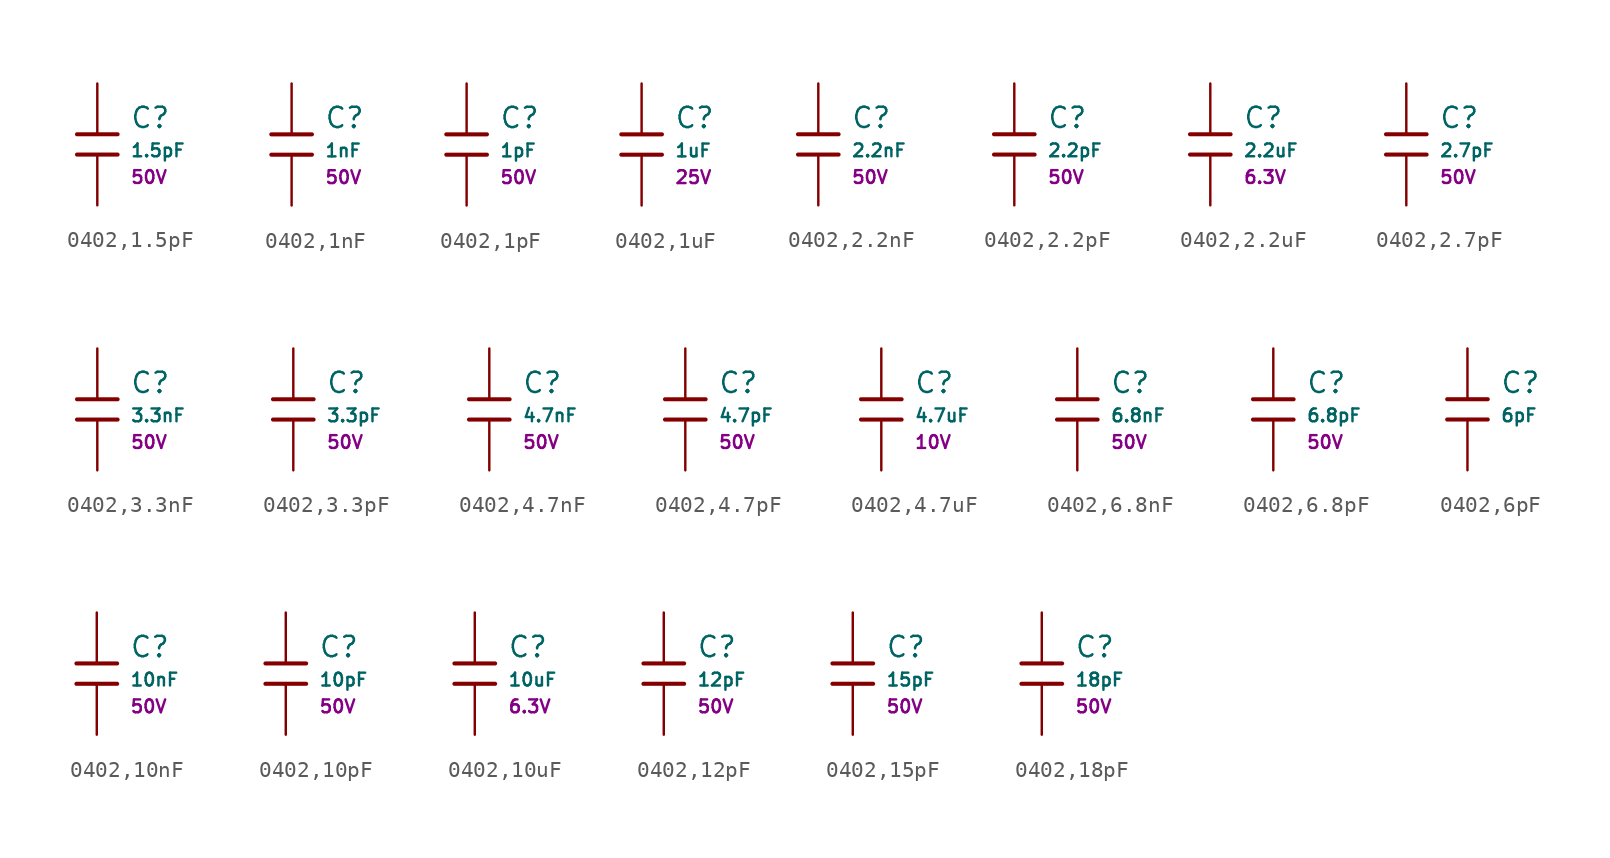
<source format=kicad_sym>
(kicad_symbol_lib
  (version 20231120)
  (generator "CDFER")
  (generator_version "8.0")
  (symbol "0402,1.5pF"
    (pin_numbers hide)
    (pin_names
      (offset 0))
    (property "Reference" "C"
      (at 2.032 1.668 0)
      (effects (font (size 1.27 1.27)) (justify left)))
    (property "Value" "1.5pF"
      (at 2.032 -0.378 0)
      (effects (font (size 0.8 0.8)) (justify left)))
    (property "Voltage Rated" "50V"
      (at 2.032 -2.046 0)
      (effects (font (size 0.8 0.8)) (justify left)))
    (symbol "0402,1.5pF_0_1"
      (polyline (pts (xy -1.27 0.635) (xy 1.27 0.635)) (stroke (width 0.254) (type default)) (fill (type none))))
    (symbol "0402,1.5pF_0_1"
      (polyline (pts (xy -1.27 -0.635) (xy 1.27 -0.635)) (stroke (width 0.254) (type default)) (fill (type none))))
    (symbol "0402,1.5pF_1_1"
      (pin passive line (at 0 3.81 270) (length 3.175) (name "~" (effects (font (size 1.27 1.27)))) (number "1" (effects (font (size 1.27 1.27)))))
      (pin passive line (at 0 -3.81 90) (length 3.175) (name "~" (effects (font (size 1.27 1.27)))) (number "2" (effects (font (size 1.27 1.27)))))))
  (symbol "0402,1nF"
    (pin_numbers hide)
    (pin_names
      (offset 0))
    (property "Reference" "C"
      (at 2.032 1.668 0)
      (effects (font (size 1.27 1.27)) (justify left)))
    (property "Value" "1nF"
      (at 2.032 -0.378 0)
      (effects (font (size 0.8 0.8)) (justify left)))
    (property "Voltage Rated" "50V"
      (at 2.032 -2.046 0)
      (effects (font (size 0.8 0.8)) (justify left)))
    (symbol "0402,1nF_0_1"
      (polyline (pts (xy -1.27 0.635) (xy 1.27 0.635)) (stroke (width 0.254) (type default)) (fill (type none))))
    (symbol "0402,1nF_0_1"
      (polyline (pts (xy -1.27 -0.635) (xy 1.27 -0.635)) (stroke (width 0.254) (type default)) (fill (type none))))
    (symbol "0402,1nF_1_1"
      (pin passive line (at 0 3.81 270) (length 3.175) (name "~" (effects (font (size 1.27 1.27)))) (number "1" (effects (font (size 1.27 1.27)))))
      (pin passive line (at 0 -3.81 90) (length 3.175) (name "~" (effects (font (size 1.27 1.27)))) (number "2" (effects (font (size 1.27 1.27)))))))
  (symbol "0402,1pF"
    (pin_numbers hide)
    (pin_names
      (offset 0))
    (property "Reference" "C"
      (at 2.032 1.668 0)
      (effects (font (size 1.27 1.27)) (justify left)))
    (property "Value" "1pF"
      (at 2.032 -0.378 0)
      (effects (font (size 0.8 0.8)) (justify left)))
    (property "Voltage Rated" "50V"
      (at 2.032 -2.046 0)
      (effects (font (size 0.8 0.8)) (justify left)))
    (symbol "0402,1pF_0_1"
      (polyline (pts (xy -1.27 0.635) (xy 1.27 0.635)) (stroke (width 0.254) (type default)) (fill (type none))))
    (symbol "0402,1pF_0_1"
      (polyline (pts (xy -1.27 -0.635) (xy 1.27 -0.635)) (stroke (width 0.254) (type default)) (fill (type none))))
    (symbol "0402,1pF_1_1"
      (pin passive line (at 0 3.81 270) (length 3.175) (name "~" (effects (font (size 1.27 1.27)))) (number "1" (effects (font (size 1.27 1.27)))))
      (pin passive line (at 0 -3.81 90) (length 3.175) (name "~" (effects (font (size 1.27 1.27)))) (number "2" (effects (font (size 1.27 1.27)))))))
  (symbol "0402,1uF"
    (pin_numbers hide)
    (pin_names
      (offset 0))
    (property "Reference" "C"
      (at 2.032 1.668 0)
      (effects (font (size 1.27 1.27)) (justify left)))
    (property "Value" "1uF"
      (at 2.032 -0.378 0)
      (effects (font (size 0.8 0.8)) (justify left)))
    (property "Voltage Rated" "25V"
      (at 2.032 -2.046 0)
      (effects (font (size 0.8 0.8)) (justify left)))
    (symbol "0402,1uF_0_1"
      (polyline (pts (xy -1.27 0.635) (xy 1.27 0.635)) (stroke (width 0.254) (type default)) (fill (type none))))
    (symbol "0402,1uF_0_1"
      (polyline (pts (xy -1.27 -0.635) (xy 1.27 -0.635)) (stroke (width 0.254) (type default)) (fill (type none))))
    (symbol "0402,1uF_1_1"
      (pin passive line (at 0 3.81 270) (length 3.175) (name "~" (effects (font (size 1.27 1.27)))) (number "1" (effects (font (size 1.27 1.27)))))
      (pin passive line (at 0 -3.81 90) (length 3.175) (name "~" (effects (font (size 1.27 1.27)))) (number "2" (effects (font (size 1.27 1.27)))))))
  (symbol "0402,2.2nF"
    (pin_numbers hide)
    (pin_names
      (offset 0))
    (property "Reference" "C"
      (at 2.032 1.668 0)
      (effects (font (size 1.27 1.27)) (justify left)))
    (property "Value" "2.2nF"
      (at 2.032 -0.378 0)
      (effects (font (size 0.8 0.8)) (justify left)))
    (property "Voltage Rated" "50V"
      (at 2.032 -2.046 0)
      (effects (font (size 0.8 0.8)) (justify left)))
    (symbol "0402,2.2nF_0_1"
      (polyline (pts (xy -1.27 0.635) (xy 1.27 0.635)) (stroke (width 0.254) (type default)) (fill (type none))))
    (symbol "0402,2.2nF_0_1"
      (polyline (pts (xy -1.27 -0.635) (xy 1.27 -0.635)) (stroke (width 0.254) (type default)) (fill (type none))))
    (symbol "0402,2.2nF_1_1"
      (pin passive line (at 0 3.81 270) (length 3.175) (name "~" (effects (font (size 1.27 1.27)))) (number "1" (effects (font (size 1.27 1.27)))))
      (pin passive line (at 0 -3.81 90) (length 3.175) (name "~" (effects (font (size 1.27 1.27)))) (number "2" (effects (font (size 1.27 1.27)))))))
  (symbol "0402,2.2pF"
    (pin_numbers hide)
    (pin_names
      (offset 0))
    (property "Reference" "C"
      (at 2.032 1.668 0)
      (effects (font (size 1.27 1.27)) (justify left)))
    (property "Value" "2.2pF"
      (at 2.032 -0.378 0)
      (effects (font (size 0.8 0.8)) (justify left)))
    (property "Voltage Rated" "50V"
      (at 2.032 -2.046 0)
      (effects (font (size 0.8 0.8)) (justify left)))
    (symbol "0402,2.2pF_0_1"
      (polyline (pts (xy -1.27 0.635) (xy 1.27 0.635)) (stroke (width 0.254) (type default)) (fill (type none))))
    (symbol "0402,2.2pF_0_1"
      (polyline (pts (xy -1.27 -0.635) (xy 1.27 -0.635)) (stroke (width 0.254) (type default)) (fill (type none))))
    (symbol "0402,2.2pF_1_1"
      (pin passive line (at 0 3.81 270) (length 3.175) (name "~" (effects (font (size 1.27 1.27)))) (number "1" (effects (font (size 1.27 1.27)))))
      (pin passive line (at 0 -3.81 90) (length 3.175) (name "~" (effects (font (size 1.27 1.27)))) (number "2" (effects (font (size 1.27 1.27)))))))
  (symbol "0402,2.2uF"
    (pin_numbers hide)
    (pin_names
      (offset 0))
    (property "Reference" "C"
      (at 2.032 1.668 0)
      (effects (font (size 1.27 1.27)) (justify left)))
    (property "Value" "2.2uF"
      (at 2.032 -0.378 0)
      (effects (font (size 0.8 0.8)) (justify left)))
    (property "Voltage Rated" "6.3V"
      (at 2.032 -2.046 0)
      (effects (font (size 0.8 0.8)) (justify left)))
    (symbol "0402,2.2uF_0_1"
      (polyline (pts (xy -1.27 0.635) (xy 1.27 0.635)) (stroke (width 0.254) (type default)) (fill (type none))))
    (symbol "0402,2.2uF_0_1"
      (polyline (pts (xy -1.27 -0.635) (xy 1.27 -0.635)) (stroke (width 0.254) (type default)) (fill (type none))))
    (symbol "0402,2.2uF_1_1"
      (pin passive line (at 0 3.81 270) (length 3.175) (name "~" (effects (font (size 1.27 1.27)))) (number "1" (effects (font (size 1.27 1.27)))))
      (pin passive line (at 0 -3.81 90) (length 3.175) (name "~" (effects (font (size 1.27 1.27)))) (number "2" (effects (font (size 1.27 1.27)))))))
  (symbol "0402,2.7pF"
    (pin_numbers hide)
    (pin_names
      (offset 0))
    (property "Reference" "C"
      (at 2.032 1.668 0)
      (effects (font (size 1.27 1.27)) (justify left)))
    (property "Value" "2.7pF"
      (at 2.032 -0.378 0)
      (effects (font (size 0.8 0.8)) (justify left)))
    (property "Voltage Rated" "50V"
      (at 2.032 -2.046 0)
      (effects (font (size 0.8 0.8)) (justify left)))
    (symbol "0402,2.7pF_0_1"
      (polyline (pts (xy -1.27 0.635) (xy 1.27 0.635)) (stroke (width 0.254) (type default)) (fill (type none))))
    (symbol "0402,2.7pF_0_1"
      (polyline (pts (xy -1.27 -0.635) (xy 1.27 -0.635)) (stroke (width 0.254) (type default)) (fill (type none))))
    (symbol "0402,2.7pF_1_1"
      (pin passive line (at 0 3.81 270) (length 3.175) (name "~" (effects (font (size 1.27 1.27)))) (number "1" (effects (font (size 1.27 1.27)))))
      (pin passive line (at 0 -3.81 90) (length 3.175) (name "~" (effects (font (size 1.27 1.27)))) (number "2" (effects (font (size 1.27 1.27)))))))
  (symbol "0402,3.3nF"
    (pin_numbers hide)
    (pin_names
      (offset 0))
    (property "Reference" "C"
      (at 2.032 1.668 0)
      (effects (font (size 1.27 1.27)) (justify left)))
    (property "Value" "3.3nF"
      (at 2.032 -0.378 0)
      (effects (font (size 0.8 0.8)) (justify left)))
    (property "Voltage Rated" "50V"
      (at 2.032 -2.046 0)
      (effects (font (size 0.8 0.8)) (justify left)))
    (symbol "0402,3.3nF_0_1"
      (polyline (pts (xy -1.27 0.635) (xy 1.27 0.635)) (stroke (width 0.254) (type default)) (fill (type none))))
    (symbol "0402,3.3nF_0_1"
      (polyline (pts (xy -1.27 -0.635) (xy 1.27 -0.635)) (stroke (width 0.254) (type default)) (fill (type none))))
    (symbol "0402,3.3nF_1_1"
      (pin passive line (at 0 3.81 270) (length 3.175) (name "~" (effects (font (size 1.27 1.27)))) (number "1" (effects (font (size 1.27 1.27)))))
      (pin passive line (at 0 -3.81 90) (length 3.175) (name "~" (effects (font (size 1.27 1.27)))) (number "2" (effects (font (size 1.27 1.27)))))))
  (symbol "0402,3.3pF"
    (pin_numbers hide)
    (pin_names
      (offset 0))
    (property "Reference" "C"
      (at 2.032 1.668 0)
      (effects (font (size 1.27 1.27)) (justify left)))
    (property "Value" "3.3pF"
      (at 2.032 -0.378 0)
      (effects (font (size 0.8 0.8)) (justify left)))
    (property "Voltage Rated" "50V"
      (at 2.032 -2.046 0)
      (effects (font (size 0.8 0.8)) (justify left)))
    (symbol "0402,3.3pF_0_1"
      (polyline (pts (xy -1.27 0.635) (xy 1.27 0.635)) (stroke (width 0.254) (type default)) (fill (type none))))
    (symbol "0402,3.3pF_0_1"
      (polyline (pts (xy -1.27 -0.635) (xy 1.27 -0.635)) (stroke (width 0.254) (type default)) (fill (type none))))
    (symbol "0402,3.3pF_1_1"
      (pin passive line (at 0 3.81 270) (length 3.175) (name "~" (effects (font (size 1.27 1.27)))) (number "1" (effects (font (size 1.27 1.27)))))
      (pin passive line (at 0 -3.81 90) (length 3.175) (name "~" (effects (font (size 1.27 1.27)))) (number "2" (effects (font (size 1.27 1.27)))))))
  (symbol "0402,4.7nF"
    (pin_numbers hide)
    (pin_names
      (offset 0))
    (property "Reference" "C"
      (at 2.032 1.668 0)
      (effects (font (size 1.27 1.27)) (justify left)))
    (property "Value" "4.7nF"
      (at 2.032 -0.378 0)
      (effects (font (size 0.8 0.8)) (justify left)))
    (property "Voltage Rated" "50V"
      (at 2.032 -2.046 0)
      (effects (font (size 0.8 0.8)) (justify left)))
    (symbol "0402,4.7nF_0_1"
      (polyline (pts (xy -1.27 0.635) (xy 1.27 0.635)) (stroke (width 0.254) (type default)) (fill (type none))))
    (symbol "0402,4.7nF_0_1"
      (polyline (pts (xy -1.27 -0.635) (xy 1.27 -0.635)) (stroke (width 0.254) (type default)) (fill (type none))))
    (symbol "0402,4.7nF_1_1"
      (pin passive line (at 0 3.81 270) (length 3.175) (name "~" (effects (font (size 1.27 1.27)))) (number "1" (effects (font (size 1.27 1.27)))))
      (pin passive line (at 0 -3.81 90) (length 3.175) (name "~" (effects (font (size 1.27 1.27)))) (number "2" (effects (font (size 1.27 1.27)))))))
  (symbol "0402,4.7pF"
    (pin_numbers hide)
    (pin_names
      (offset 0))
    (property "Reference" "C"
      (at 2.032 1.668 0)
      (effects (font (size 1.27 1.27)) (justify left)))
    (property "Value" "4.7pF"
      (at 2.032 -0.378 0)
      (effects (font (size 0.8 0.8)) (justify left)))
    (property "Voltage Rated" "50V"
      (at 2.032 -2.046 0)
      (effects (font (size 0.8 0.8)) (justify left)))
    (symbol "0402,4.7pF_0_1"
      (polyline (pts (xy -1.27 0.635) (xy 1.27 0.635)) (stroke (width 0.254) (type default)) (fill (type none))))
    (symbol "0402,4.7pF_0_1"
      (polyline (pts (xy -1.27 -0.635) (xy 1.27 -0.635)) (stroke (width 0.254) (type default)) (fill (type none))))
    (symbol "0402,4.7pF_1_1"
      (pin passive line (at 0 3.81 270) (length 3.175) (name "~" (effects (font (size 1.27 1.27)))) (number "1" (effects (font (size 1.27 1.27)))))
      (pin passive line (at 0 -3.81 90) (length 3.175) (name "~" (effects (font (size 1.27 1.27)))) (number "2" (effects (font (size 1.27 1.27)))))))
  (symbol "0402,4.7uF"
    (pin_numbers hide)
    (pin_names
      (offset 0))
    (property "Reference" "C"
      (at 2.032 1.668 0)
      (effects (font (size 1.27 1.27)) (justify left)))
    (property "Value" "4.7uF"
      (at 2.032 -0.378 0)
      (effects (font (size 0.8 0.8)) (justify left)))
    (property "Voltage Rated" "10V"
      (at 2.032 -2.046 0)
      (effects (font (size 0.8 0.8)) (justify left)))
    (symbol "0402,4.7uF_0_1"
      (polyline (pts (xy -1.27 0.635) (xy 1.27 0.635)) (stroke (width 0.254) (type default)) (fill (type none))))
    (symbol "0402,4.7uF_0_1"
      (polyline (pts (xy -1.27 -0.635) (xy 1.27 -0.635)) (stroke (width 0.254) (type default)) (fill (type none))))
    (symbol "0402,4.7uF_1_1"
      (pin passive line (at 0 3.81 270) (length 3.175) (name "~" (effects (font (size 1.27 1.27)))) (number "1" (effects (font (size 1.27 1.27)))))
      (pin passive line (at 0 -3.81 90) (length 3.175) (name "~" (effects (font (size 1.27 1.27)))) (number "2" (effects (font (size 1.27 1.27)))))))
  (symbol "0402,6.8nF"
    (pin_numbers hide)
    (pin_names
      (offset 0))
    (property "Reference" "C"
      (at 2.032 1.668 0)
      (effects (font (size 1.27 1.27)) (justify left)))
    (property "Value" "6.8nF"
      (at 2.032 -0.378 0)
      (effects (font (size 0.8 0.8)) (justify left)))
    (property "Voltage Rated" "50V"
      (at 2.032 -2.046 0)
      (effects (font (size 0.8 0.8)) (justify left)))
    (symbol "0402,6.8nF_0_1"
      (polyline (pts (xy -1.27 0.635) (xy 1.27 0.635)) (stroke (width 0.254) (type default)) (fill (type none))))
    (symbol "0402,6.8nF_0_1"
      (polyline (pts (xy -1.27 -0.635) (xy 1.27 -0.635)) (stroke (width 0.254) (type default)) (fill (type none))))
    (symbol "0402,6.8nF_1_1"
      (pin passive line (at 0 3.81 270) (length 3.175) (name "~" (effects (font (size 1.27 1.27)))) (number "1" (effects (font (size 1.27 1.27)))))
      (pin passive line (at 0 -3.81 90) (length 3.175) (name "~" (effects (font (size 1.27 1.27)))) (number "2" (effects (font (size 1.27 1.27)))))))
  (symbol "0402,6.8pF"
    (pin_numbers hide)
    (pin_names
      (offset 0))
    (property "Reference" "C"
      (at 2.032 1.668 0)
      (effects (font (size 1.27 1.27)) (justify left)))
    (property "Value" "6.8pF"
      (at 2.032 -0.378 0)
      (effects (font (size 0.8 0.8)) (justify left)))
    (property "Voltage Rated" "50V"
      (at 2.032 -2.046 0)
      (effects (font (size 0.8 0.8)) (justify left)))
    (symbol "0402,6.8pF_0_1"
      (polyline (pts (xy -1.27 0.635) (xy 1.27 0.635)) (stroke (width 0.254) (type default)) (fill (type none))))
    (symbol "0402,6.8pF_0_1"
      (polyline (pts (xy -1.27 -0.635) (xy 1.27 -0.635)) (stroke (width 0.254) (type default)) (fill (type none))))
    (symbol "0402,6.8pF_1_1"
      (pin passive line (at 0 3.81 270) (length 3.175) (name "~" (effects (font (size 1.27 1.27)))) (number "1" (effects (font (size 1.27 1.27)))))
      (pin passive line (at 0 -3.81 90) (length 3.175) (name "~" (effects (font (size 1.27 1.27)))) (number "2" (effects (font (size 1.27 1.27)))))))
  (symbol "0402,6pF"
    (pin_numbers hide)
    (pin_names
      (offset 0))
    (property "Reference" "C"
      (at 2.032 1.668 0)
      (effects (font (size 1.27 1.27)) (justify left)))
    (property "Value" "6pF"
      (at 2.032 -0.378 0)
      (effects (font (size 0.8 0.8)) (justify left)))
    (symbol "0402,6pF_0_1"
      (polyline (pts (xy -1.27 0.635) (xy 1.27 0.635)) (stroke (width 0.254) (type default)) (fill (type none))))
    (symbol "0402,6pF_0_1"
      (polyline (pts (xy -1.27 -0.635) (xy 1.27 -0.635)) (stroke (width 0.254) (type default)) (fill (type none))))
    (symbol "0402,6pF_1_1"
      (pin passive line (at 0 3.81 270) (length 3.175) (name "~" (effects (font (size 1.27 1.27)))) (number "1" (effects (font (size 1.27 1.27)))))
      (pin passive line (at 0 -3.81 90) (length 3.175) (name "~" (effects (font (size 1.27 1.27)))) (number "2" (effects (font (size 1.27 1.27)))))))
  (symbol "0402,10nF"
    (pin_numbers hide)
    (pin_names
      (offset 0))
    (property "Reference" "C"
      (at 2.032 1.668 0)
      (effects (font (size 1.27 1.27)) (justify left)))
    (property "Value" "10nF"
      (at 2.032 -0.378 0)
      (effects (font (size 0.8 0.8)) (justify left)))
    (property "Voltage Rated" "50V"
      (at 2.032 -2.046 0)
      (effects (font (size 0.8 0.8)) (justify left)))
    (symbol "0402,10nF_0_1"
      (polyline (pts (xy -1.27 0.635) (xy 1.27 0.635)) (stroke (width 0.254) (type default)) (fill (type none))))
    (symbol "0402,10nF_0_1"
      (polyline (pts (xy -1.27 -0.635) (xy 1.27 -0.635)) (stroke (width 0.254) (type default)) (fill (type none))))
    (symbol "0402,10nF_1_1"
      (pin passive line (at 0 3.81 270) (length 3.175) (name "~" (effects (font (size 1.27 1.27)))) (number "1" (effects (font (size 1.27 1.27)))))
      (pin passive line (at 0 -3.81 90) (length 3.175) (name "~" (effects (font (size 1.27 1.27)))) (number "2" (effects (font (size 1.27 1.27)))))))
  (symbol "0402,10pF"
    (pin_numbers hide)
    (pin_names
      (offset 0))
    (property "Reference" "C"
      (at 2.032 1.668 0)
      (effects (font (size 1.27 1.27)) (justify left)))
    (property "Value" "10pF"
      (at 2.032 -0.378 0)
      (effects (font (size 0.8 0.8)) (justify left)))
    (property "Voltage Rated" "50V"
      (at 2.032 -2.046 0)
      (effects (font (size 0.8 0.8)) (justify left)))
    (symbol "0402,10pF_0_1"
      (polyline (pts (xy -1.27 0.635) (xy 1.27 0.635)) (stroke (width 0.254) (type default)) (fill (type none))))
    (symbol "0402,10pF_0_1"
      (polyline (pts (xy -1.27 -0.635) (xy 1.27 -0.635)) (stroke (width 0.254) (type default)) (fill (type none))))
    (symbol "0402,10pF_1_1"
      (pin passive line (at 0 3.81 270) (length 3.175) (name "~" (effects (font (size 1.27 1.27)))) (number "1" (effects (font (size 1.27 1.27)))))
      (pin passive line (at 0 -3.81 90) (length 3.175) (name "~" (effects (font (size 1.27 1.27)))) (number "2" (effects (font (size 1.27 1.27)))))))
  (symbol "0402,10uF"
    (pin_numbers hide)
    (pin_names
      (offset 0))
    (property "Reference" "C"
      (at 2.032 1.668 0)
      (effects (font (size 1.27 1.27)) (justify left)))
    (property "Value" "10uF"
      (at 2.032 -0.378 0)
      (effects (font (size 0.8 0.8)) (justify left)))
    (property "Voltage Rated" "6.3V"
      (at 2.032 -2.046 0)
      (effects (font (size 0.8 0.8)) (justify left)))
    (symbol "0402,10uF_0_1"
      (polyline (pts (xy -1.27 0.635) (xy 1.27 0.635)) (stroke (width 0.254) (type default)) (fill (type none))))
    (symbol "0402,10uF_0_1"
      (polyline (pts (xy -1.27 -0.635) (xy 1.27 -0.635)) (stroke (width 0.254) (type default)) (fill (type none))))
    (symbol "0402,10uF_1_1"
      (pin passive line (at 0 3.81 270) (length 3.175) (name "~" (effects (font (size 1.27 1.27)))) (number "1" (effects (font (size 1.27 1.27)))))
      (pin passive line (at 0 -3.81 90) (length 3.175) (name "~" (effects (font (size 1.27 1.27)))) (number "2" (effects (font (size 1.27 1.27)))))))
  (symbol "0402,12pF"
    (pin_numbers hide)
    (pin_names
      (offset 0))
    (property "Reference" "C"
      (at 2.032 1.668 0)
      (effects (font (size 1.27 1.27)) (justify left)))
    (property "Value" "12pF"
      (at 2.032 -0.378 0)
      (effects (font (size 0.8 0.8)) (justify left)))
    (property "Voltage Rated" "50V"
      (at 2.032 -2.046 0)
      (effects (font (size 0.8 0.8)) (justify left)))
    (symbol "0402,12pF_0_1"
      (polyline (pts (xy -1.27 0.635) (xy 1.27 0.635)) (stroke (width 0.254) (type default)) (fill (type none))))
    (symbol "0402,12pF_0_1"
      (polyline (pts (xy -1.27 -0.635) (xy 1.27 -0.635)) (stroke (width 0.254) (type default)) (fill (type none))))
    (symbol "0402,12pF_1_1"
      (pin passive line (at 0 3.81 270) (length 3.175) (name "~" (effects (font (size 1.27 1.27)))) (number "1" (effects (font (size 1.27 1.27)))))
      (pin passive line (at 0 -3.81 90) (length 3.175) (name "~" (effects (font (size 1.27 1.27)))) (number "2" (effects (font (size 1.27 1.27)))))))
  (symbol "0402,15pF"
    (pin_numbers hide)
    (pin_names
      (offset 0))
    (property "Reference" "C"
      (at 2.032 1.668 0)
      (effects (font (size 1.27 1.27)) (justify left)))
    (property "Value" "15pF"
      (at 2.032 -0.378 0)
      (effects (font (size 0.8 0.8)) (justify left)))
    (property "Voltage Rated" "50V"
      (at 2.032 -2.046 0)
      (effects (font (size 0.8 0.8)) (justify left)))
    (symbol "0402,15pF_0_1"
      (polyline (pts (xy -1.27 0.635) (xy 1.27 0.635)) (stroke (width 0.254) (type default)) (fill (type none))))
    (symbol "0402,15pF_0_1"
      (polyline (pts (xy -1.27 -0.635) (xy 1.27 -0.635)) (stroke (width 0.254) (type default)) (fill (type none))))
    (symbol "0402,15pF_1_1"
      (pin passive line (at 0 3.81 270) (length 3.175) (name "~" (effects (font (size 1.27 1.27)))) (number "1" (effects (font (size 1.27 1.27)))))
      (pin passive line (at 0 -3.81 90) (length 3.175) (name "~" (effects (font (size 1.27 1.27)))) (number "2" (effects (font (size 1.27 1.27)))))))
  (symbol "0402,18pF"
    (pin_numbers hide)
    (pin_names
      (offset 0))
    (property "Reference" "C"
      (at 2.032 1.668 0)
      (effects (font (size 1.27 1.27)) (justify left)))
    (property "Value" "18pF"
      (at 2.032 -0.378 0)
      (effects (font (size 0.8 0.8)) (justify left)))
    (property "Voltage Rated" "50V"
      (at 2.032 -2.046 0)
      (effects (font (size 0.8 0.8)) (justify left)))
    (symbol "0402,18pF_0_1"
      (polyline (pts (xy -1.27 0.635) (xy 1.27 0.635)) (stroke (width 0.254) (type default)) (fill (type none))))
    (symbol "0402,18pF_0_1"
      (polyline (pts (xy -1.27 -0.635) (xy 1.27 -0.635)) (stroke (width 0.254) (type default)) (fill (type none))))
    (symbol "0402,18pF_1_1"
      (pin passive line (at 0 3.81 270) (length 3.175) (name "~" (effects (font (size 1.27 1.27)))) (number "1" (effects (font (size 1.27 1.27)))))
      (pin passive line (at 0 -3.81 90) (length 3.175) (name "~" (effects (font (size 1.27 1.27)))) (number "2" (effects (font (size 1.27 1.27))))))))
</source>
